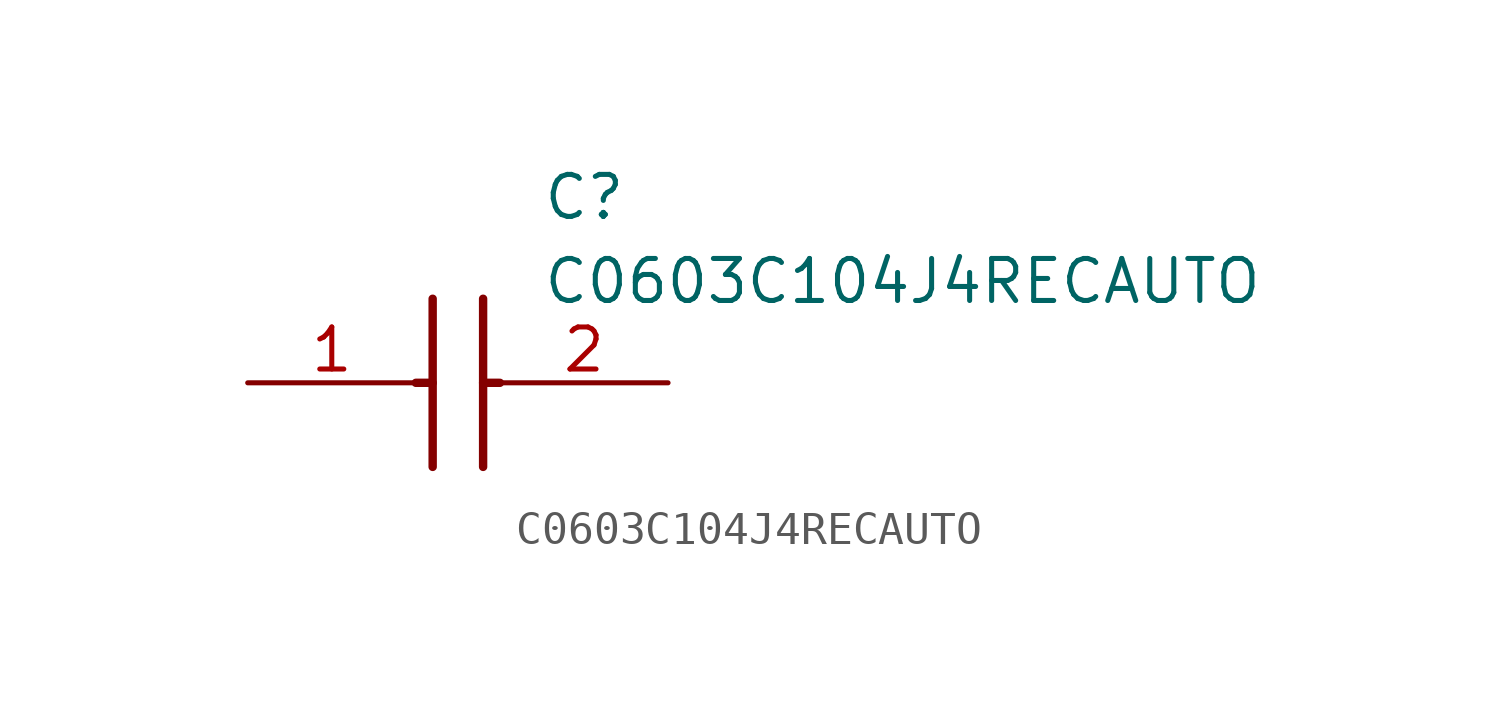
<source format=kicad_sym>
(kicad_symbol_lib
  (version 20211014)
  (generator SamacSys_ECAD_Model)
  (symbol "C0603C104J4RECAUTO"
    (pin_names hide)
    (property "Reference" "C"
      (at 8.89 6.35 0)
      (effects (font (size 1.27 1.27)) (justify left top)))
    (property "Value" "C0603C104J4RECAUTO"
      (at 8.89 3.81 0)
      (effects (font (size 1.27 1.27)) (justify left top)))
    (polyline
      (pts (xy 5.588 2.54) (xy 5.588 -2.54))
      (stroke (width 0.254) (type default))
      (fill (type none)))
    (polyline
      (pts (xy 7.112 2.54) (xy 7.112 -2.54))
      (stroke (width 0.254) (type default))
      (fill (type none)))
    (polyline
      (pts (xy 5.08 0) (xy 5.588 0))
      (stroke (width 0.254) (type default))
      (fill (type none)))
    (polyline
      (pts (xy 7.112 0) (xy 7.62 0))
      (stroke (width 0.254) (type default))
      (fill (type none)))
    (pin passive line
      (at 0 0 0)
      (length 5.08)
      (name "1" (effects (font (size 1.27 1.27))))
      (number "1" (effects (font (size 1.27 1.27)))))
    (pin passive line
      (at 12.7 0 180)
      (length 5.08)
      (name "2" (effects (font (size 1.27 1.27))))
      (number "2" (effects (font (size 1.27 1.27)))))))
</source>
